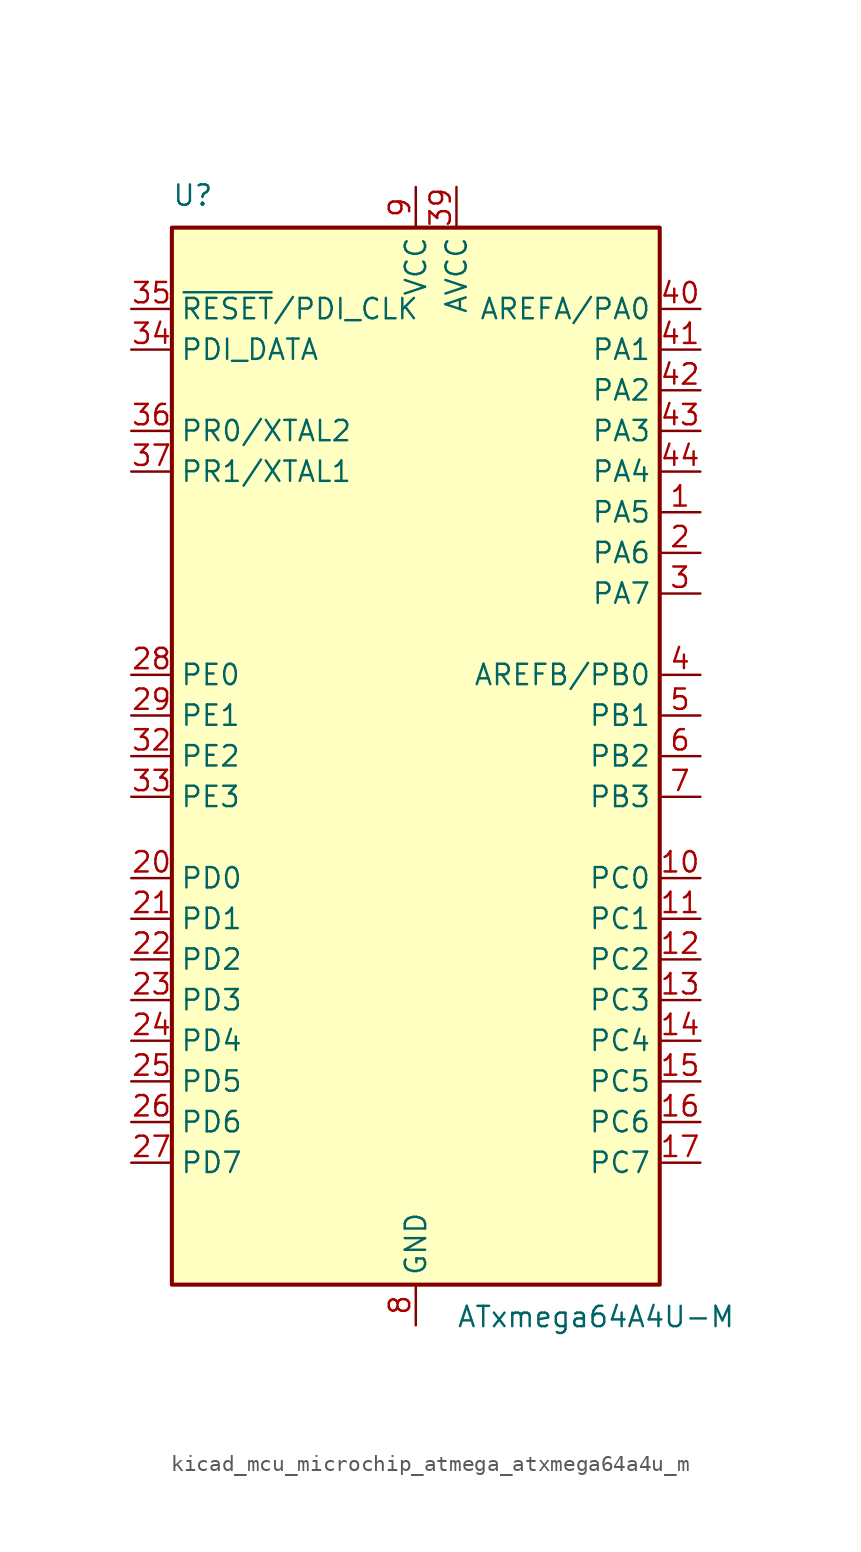
<source format=kicad_sym>
(kicad_symbol_lib
  (version 20220914)
  (generator kicad_symbol_editor)
  (symbol "kicad_mcu_microchip_atmega_atxmega64a4u_m"
    (property "Reference" "U"
      (at -15.24 34.29 0)
      (effects (font (size 1.27 1.27)) (justify left bottom)))
    (property "Value" "ATxmega64A4U-M"
      (at 2.54 -34.29 0)
      (effects (font (size 1.27 1.27)) (justify left top)))
    (symbol "kicad_mcu_microchip_atmega_atxmega64a4u_m_0_1"
      (rectangle (start -15.24 -33.02) (end 15.24 33.02) (stroke (width 0.254) (type default)) (fill (type background))))
    (symbol "kicad_mcu_microchip_atmega_atxmega64a4u_m_1_1"
      (pin bidirectional line (at 17.78 15.24 180) (length 2.54) (name "PA5" (effects (font (size 1.27 1.27)))) (number "1" (effects (font (size 1.27 1.27)))))
      (pin bidirectional line (at 17.78 -7.62 180) (length 2.54) (name "PC0" (effects (font (size 1.27 1.27)))) (number "10" (effects (font (size 1.27 1.27)))))
      (pin bidirectional line (at 17.78 -10.16 180) (length 2.54) (name "PC1" (effects (font (size 1.27 1.27)))) (number "11" (effects (font (size 1.27 1.27)))))
      (pin bidirectional line (at 17.78 -12.7 180) (length 2.54) (name "PC2" (effects (font (size 1.27 1.27)))) (number "12" (effects (font (size 1.27 1.27)))))
      (pin bidirectional line (at 17.78 -15.24 180) (length 2.54) (name "PC3" (effects (font (size 1.27 1.27)))) (number "13" (effects (font (size 1.27 1.27)))))
      (pin bidirectional line (at 17.78 -17.78 180) (length 2.54) (name "PC4" (effects (font (size 1.27 1.27)))) (number "14" (effects (font (size 1.27 1.27)))))
      (pin bidirectional line (at 17.78 -20.32 180) (length 2.54) (name "PC5" (effects (font (size 1.27 1.27)))) (number "15" (effects (font (size 1.27 1.27)))))
      (pin bidirectional line (at 17.78 -22.86 180) (length 2.54) (name "PC6" (effects (font (size 1.27 1.27)))) (number "16" (effects (font (size 1.27 1.27)))))
      (pin bidirectional line (at 17.78 -25.4 180) (length 2.54) (name "PC7" (effects (font (size 1.27 1.27)))) (number "17" (effects (font (size 1.27 1.27)))))
      (pin passive line (at 0 -35.56 90) (length 2.54) hide (name "GND" (effects (font (size 1.27 1.27)))) (number "18" (effects (font (size 1.27 1.27)))))
      (pin passive line (at 0 35.56 270) (length 2.54) hide (name "VCC" (effects (font (size 1.27 1.27)))) (number "19" (effects (font (size 1.27 1.27)))))
      (pin bidirectional line (at 17.78 12.7 180) (length 2.54) (name "PA6" (effects (font (size 1.27 1.27)))) (number "2" (effects (font (size 1.27 1.27)))))
      (pin bidirectional line (at -17.78 -7.62 0) (length 2.54) (name "PD0" (effects (font (size 1.27 1.27)))) (number "20" (effects (font (size 1.27 1.27)))))
      (pin bidirectional line (at -17.78 -10.16 0) (length 2.54) (name "PD1" (effects (font (size 1.27 1.27)))) (number "21" (effects (font (size 1.27 1.27)))))
      (pin bidirectional line (at -17.78 -12.7 0) (length 2.54) (name "PD2" (effects (font (size 1.27 1.27)))) (number "22" (effects (font (size 1.27 1.27)))))
      (pin bidirectional line (at -17.78 -15.24 0) (length 2.54) (name "PD3" (effects (font (size 1.27 1.27)))) (number "23" (effects (font (size 1.27 1.27)))))
      (pin bidirectional line (at -17.78 -17.78 0) (length 2.54) (name "PD4" (effects (font (size 1.27 1.27)))) (number "24" (effects (font (size 1.27 1.27)))))
      (pin bidirectional line (at -17.78 -20.32 0) (length 2.54) (name "PD5" (effects (font (size 1.27 1.27)))) (number "25" (effects (font (size 1.27 1.27)))))
      (pin bidirectional line (at -17.78 -22.86 0) (length 2.54) (name "PD6" (effects (font (size 1.27 1.27)))) (number "26" (effects (font (size 1.27 1.27)))))
      (pin bidirectional line (at -17.78 -25.4 0) (length 2.54) (name "PD7" (effects (font (size 1.27 1.27)))) (number "27" (effects (font (size 1.27 1.27)))))
      (pin bidirectional line (at -17.78 5.08 0) (length 2.54) (name "PE0" (effects (font (size 1.27 1.27)))) (number "28" (effects (font (size 1.27 1.27)))))
      (pin bidirectional line (at -17.78 2.54 0) (length 2.54) (name "PE1" (effects (font (size 1.27 1.27)))) (number "29" (effects (font (size 1.27 1.27)))))
      (pin bidirectional line (at 17.78 10.16 180) (length 2.54) (name "PA7" (effects (font (size 1.27 1.27)))) (number "3" (effects (font (size 1.27 1.27)))))
      (pin passive line (at 0 -35.56 90) (length 2.54) hide (name "GND" (effects (font (size 1.27 1.27)))) (number "30" (effects (font (size 1.27 1.27)))))
      (pin passive line (at 0 35.56 270) (length 2.54) hide (name "VCC" (effects (font (size 1.27 1.27)))) (number "31" (effects (font (size 1.27 1.27)))))
      (pin bidirectional line (at -17.78 0 0) (length 2.54) (name "PE2" (effects (font (size 1.27 1.27)))) (number "32" (effects (font (size 1.27 1.27)))))
      (pin bidirectional line (at -17.78 -2.54 0) (length 2.54) (name "PE3" (effects (font (size 1.27 1.27)))) (number "33" (effects (font (size 1.27 1.27)))))
      (pin bidirectional line (at -17.78 25.4 0) (length 2.54) (name "PDI_DATA" (effects (font (size 1.27 1.27)))) (number "34" (effects (font (size 1.27 1.27)))))
      (pin input line (at -17.78 27.94 0) (length 2.54) (name "~{RESET}/PDI_CLK" (effects (font (size 1.27 1.27)))) (number "35" (effects (font (size 1.27 1.27)))))
      (pin bidirectional line (at -17.78 20.32 0) (length 2.54) (name "PR0/XTAL2" (effects (font (size 1.27 1.27)))) (number "36" (effects (font (size 1.27 1.27)))))
      (pin bidirectional line (at -17.78 17.78 0) (length 2.54) (name "PR1/XTAL1" (effects (font (size 1.27 1.27)))) (number "37" (effects (font (size 1.27 1.27)))))
      (pin passive line (at 0 -35.56 90) (length 2.54) hide (name "GND" (effects (font (size 1.27 1.27)))) (number "38" (effects (font (size 1.27 1.27)))))
      (pin power_in line (at 2.54 35.56 270) (length 2.54) (name "AVCC" (effects (font (size 1.27 1.27)))) (number "39" (effects (font (size 1.27 1.27)))))
      (pin bidirectional line (at 17.78 5.08 180) (length 2.54) (name "AREFB/PB0" (effects (font (size 1.27 1.27)))) (number "4" (effects (font (size 1.27 1.27)))))
      (pin bidirectional line (at 17.78 27.94 180) (length 2.54) (name "AREFA/PA0" (effects (font (size 1.27 1.27)))) (number "40" (effects (font (size 1.27 1.27)))))
      (pin bidirectional line (at 17.78 25.4 180) (length 2.54) (name "PA1" (effects (font (size 1.27 1.27)))) (number "41" (effects (font (size 1.27 1.27)))))
      (pin bidirectional line (at 17.78 22.86 180) (length 2.54) (name "PA2" (effects (font (size 1.27 1.27)))) (number "42" (effects (font (size 1.27 1.27)))))
      (pin bidirectional line (at 17.78 20.32 180) (length 2.54) (name "PA3" (effects (font (size 1.27 1.27)))) (number "43" (effects (font (size 1.27 1.27)))))
      (pin bidirectional line (at 17.78 17.78 180) (length 2.54) (name "PA4" (effects (font (size 1.27 1.27)))) (number "44" (effects (font (size 1.27 1.27)))))
      (pin passive line (at 0 -35.56 90) (length 2.54) hide (name "GND" (effects (font (size 1.27 1.27)))) (number "45" (effects (font (size 1.27 1.27)))))
      (pin bidirectional line (at 17.78 2.54 180) (length 2.54) (name "PB1" (effects (font (size 1.27 1.27)))) (number "5" (effects (font (size 1.27 1.27)))))
      (pin bidirectional line (at 17.78 0 180) (length 2.54) (name "PB2" (effects (font (size 1.27 1.27)))) (number "6" (effects (font (size 1.27 1.27)))))
      (pin bidirectional line (at 17.78 -2.54 180) (length 2.54) (name "PB3" (effects (font (size 1.27 1.27)))) (number "7" (effects (font (size 1.27 1.27)))))
      (pin power_in line (at 0 -35.56 90) (length 2.54) (name "GND" (effects (font (size 1.27 1.27)))) (number "8" (effects (font (size 1.27 1.27)))))
      (pin power_in line (at 0 35.56 270) (length 2.54) (name "VCC" (effects (font (size 1.27 1.27)))) (number "9" (effects (font (size 1.27 1.27))))))))
</source>
